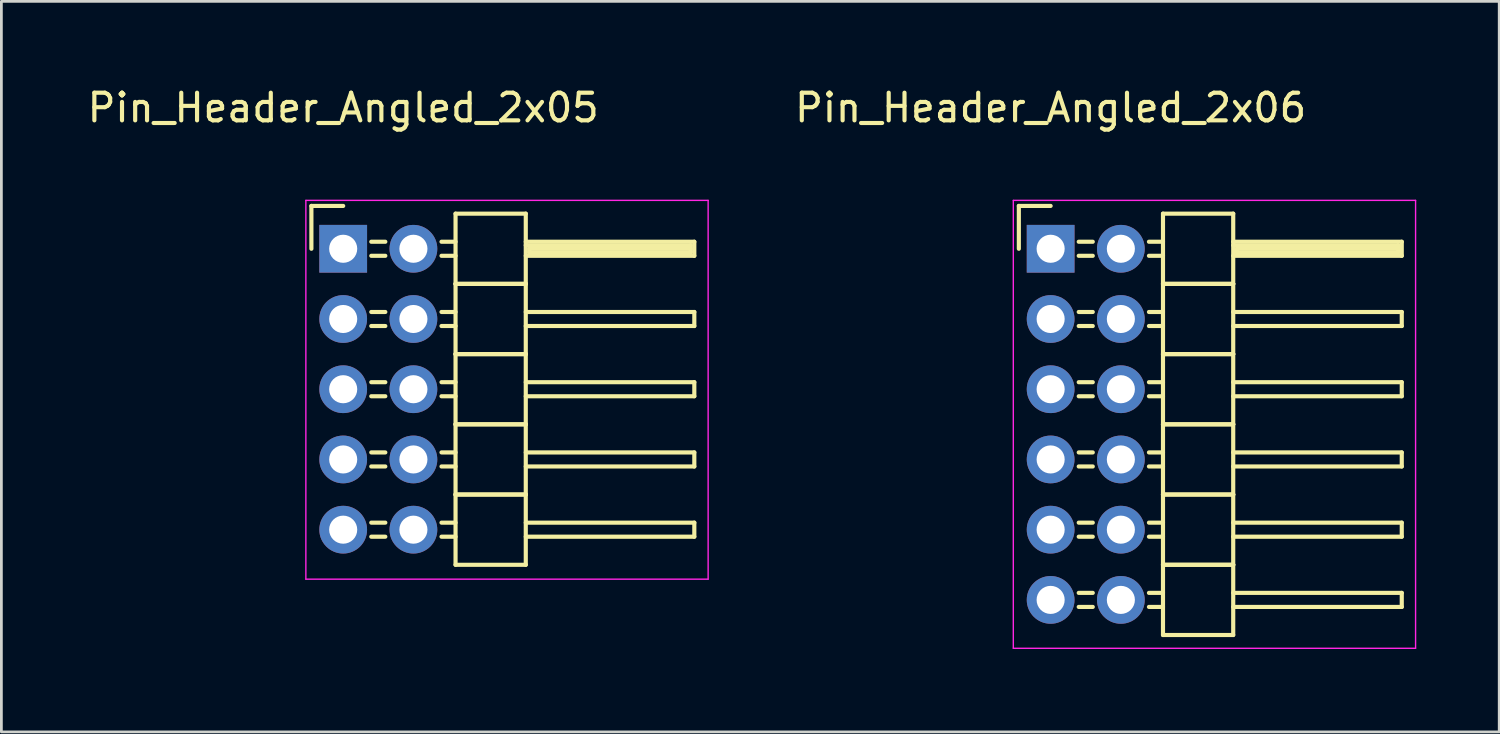
<source format=kicad_pcb>
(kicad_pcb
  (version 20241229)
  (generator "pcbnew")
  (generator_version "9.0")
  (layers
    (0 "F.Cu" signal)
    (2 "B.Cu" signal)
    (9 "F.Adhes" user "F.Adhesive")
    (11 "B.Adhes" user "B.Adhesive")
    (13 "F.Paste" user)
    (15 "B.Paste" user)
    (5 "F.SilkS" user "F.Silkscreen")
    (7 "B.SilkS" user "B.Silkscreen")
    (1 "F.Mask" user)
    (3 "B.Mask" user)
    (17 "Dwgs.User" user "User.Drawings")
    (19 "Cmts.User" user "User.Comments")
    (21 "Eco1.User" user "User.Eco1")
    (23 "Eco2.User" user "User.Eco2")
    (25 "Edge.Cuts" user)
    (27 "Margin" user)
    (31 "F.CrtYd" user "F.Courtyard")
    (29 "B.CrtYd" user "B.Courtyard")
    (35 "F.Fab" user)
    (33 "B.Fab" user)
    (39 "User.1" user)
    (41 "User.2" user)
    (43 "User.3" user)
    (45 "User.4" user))
  (footprint "Pin_Header_Angled_2x05"
    (layer "F.Cu")
    (at 9.363 5.948)
    (property "Reference" "Pin_Header_Angled_2x05" (at 0 -5.1 0) (layer "F.SilkS") (effects (font (size 1 1) (thickness 0.15))))
    (attr through_hole)
    (fp_line (start -1.15 -1.55) (end -1.15 0) (stroke (width 0.15) (type solid)) (layer "F.SilkS"))
    (fp_line (start 0 -1.55) (end -1.15 -1.55) (stroke (width 0.15) (type solid)) (layer "F.SilkS"))
    (fp_line (start 1.524 -0.254) (end 1.016 -0.254) (stroke (width 0.15) (type solid)) (layer "F.SilkS"))
    (fp_line (start 1.524 0.254) (end 1.016 0.254) (stroke (width 0.15) (type solid)) (layer "F.SilkS"))
    (fp_line (start 1.524 2.286) (end 1.016 2.286) (stroke (width 0.15) (type solid)) (layer "F.SilkS"))
    (fp_line (start 1.524 2.794) (end 1.016 2.794) (stroke (width 0.15) (type solid)) (layer "F.SilkS"))
    (fp_line (start 1.524 4.826) (end 1.016 4.826) (stroke (width 0.15) (type solid)) (layer "F.SilkS"))
    (fp_line (start 1.524 5.334) (end 1.016 5.334) (stroke (width 0.15) (type solid)) (layer "F.SilkS"))
    (fp_line (start 1.524 7.366) (end 1.016 7.366) (stroke (width 0.15) (type solid)) (layer "F.SilkS"))
    (fp_line (start 1.524 7.874) (end 1.016 7.874) (stroke (width 0.15) (type solid)) (layer "F.SilkS"))
    (fp_line (start 1.524 9.906) (end 1.016 9.906) (stroke (width 0.15) (type solid)) (layer "F.SilkS"))
    (fp_line (start 1.524 10.414) (end 1.016 10.414) (stroke (width 0.15) (type solid)) (layer "F.SilkS"))
    (fp_line (start 4.064 -1.27) (end 4.064 1.27) (stroke (width 0.15) (type solid)) (layer "F.SilkS"))
    (fp_line (start 4.064 -1.27) (end 6.604 -1.27) (stroke (width 0.15) (type solid)) (layer "F.SilkS"))
    (fp_line (start 4.064 -0.254) (end 3.556 -0.254) (stroke (width 0.15) (type solid)) (layer "F.SilkS"))
    (fp_line (start 4.064 0.254) (end 3.556 0.254) (stroke (width 0.15) (type solid)) (layer "F.SilkS"))
    (fp_line (start 4.064 1.27) (end 4.064 3.81) (stroke (width 0.15) (type solid)) (layer "F.SilkS"))
    (fp_line (start 4.064 1.27) (end 6.604 1.27) (stroke (width 0.15) (type solid)) (layer "F.SilkS"))
    (fp_line (start 4.064 1.27) (end 6.604 1.27) (stroke (width 0.15) (type solid)) (layer "F.SilkS"))
    (fp_line (start 4.064 2.286) (end 3.556 2.286) (stroke (width 0.15) (type solid)) (layer "F.SilkS"))
    (fp_line (start 4.064 2.794) (end 3.556 2.794) (stroke (width 0.15) (type solid)) (layer "F.SilkS"))
    (fp_line (start 4.064 3.81) (end 4.064 6.35) (stroke (width 0.15) (type solid)) (layer "F.SilkS"))
    (fp_line (start 4.064 3.81) (end 6.604 3.81) (stroke (width 0.15) (type solid)) (layer "F.SilkS"))
    (fp_line (start 4.064 3.81) (end 6.604 3.81) (stroke (width 0.15) (type solid)) (layer "F.SilkS"))
    (fp_line (start 4.064 4.826) (end 3.556 4.826) (stroke (width 0.15) (type solid)) (layer "F.SilkS"))
    (fp_line (start 4.064 5.334) (end 3.556 5.334) (stroke (width 0.15) (type solid)) (layer "F.SilkS"))
    (fp_line (start 4.064 6.35) (end 4.064 8.89) (stroke (width 0.15) (type solid)) (layer "F.SilkS"))
    (fp_line (start 4.064 6.35) (end 6.604 6.35) (stroke (width 0.15) (type solid)) (layer "F.SilkS"))
    (fp_line (start 4.064 6.35) (end 6.604 6.35) (stroke (width 0.15) (type solid)) (layer "F.SilkS"))
    (fp_line (start 4.064 7.366) (end 3.556 7.366) (stroke (width 0.15) (type solid)) (layer "F.SilkS"))
    (fp_line (start 4.064 7.874) (end 3.556 7.874) (stroke (width 0.15) (type solid)) (layer "F.SilkS"))
    (fp_line (start 4.064 8.89) (end 4.064 11.43) (stroke (width 0.15) (type solid)) (layer "F.SilkS"))
    (fp_line (start 4.064 8.89) (end 6.604 8.89) (stroke (width 0.15) (type solid)) (layer "F.SilkS"))
    (fp_line (start 4.064 8.89) (end 6.604 8.89) (stroke (width 0.15) (type solid)) (layer "F.SilkS"))
    (fp_line (start 4.064 9.906) (end 3.556 9.906) (stroke (width 0.15) (type solid)) (layer "F.SilkS"))
    (fp_line (start 4.064 10.414) (end 3.556 10.414) (stroke (width 0.15) (type solid)) (layer "F.SilkS"))
    (fp_line (start 4.064 11.43) (end 6.604 11.43) (stroke (width 0.15) (type solid)) (layer "F.SilkS"))
    (fp_line (start 6.604 -0.254) (end 12.7 -0.254) (stroke (width 0.15) (type solid)) (layer "F.SilkS"))
    (fp_line (start 6.604 -0.127) (end 12.573 -0.127) (stroke (width 0.15) (type solid)) (layer "F.SilkS"))
    (fp_line (start 6.604 1.27) (end 6.604 -1.27) (stroke (width 0.15) (type solid)) (layer "F.SilkS"))
    (fp_line (start 6.604 2.286) (end 12.7 2.286) (stroke (width 0.15) (type solid)) (layer "F.SilkS"))
    (fp_line (start 6.604 3.81) (end 6.604 1.27) (stroke (width 0.15) (type solid)) (layer "F.SilkS"))
    (fp_line (start 6.604 4.826) (end 12.7 4.826) (stroke (width 0.15) (type solid)) (layer "F.SilkS"))
    (fp_line (start 6.604 6.35) (end 6.604 3.81) (stroke (width 0.15) (type solid)) (layer "F.SilkS"))
    (fp_line (start 6.604 7.366) (end 12.7 7.366) (stroke (width 0.15) (type solid)) (layer "F.SilkS"))
    (fp_line (start 6.604 8.89) (end 6.604 6.35) (stroke (width 0.15) (type solid)) (layer "F.SilkS"))
    (fp_line (start 6.604 9.906) (end 12.7 9.906) (stroke (width 0.15) (type solid)) (layer "F.SilkS"))
    (fp_line (start 6.604 11.43) (end 6.604 8.89) (stroke (width 0.15) (type solid)) (layer "F.SilkS"))
    (fp_line (start 6.731 0) (end 12.573 0) (stroke (width 0.15) (type solid)) (layer "F.SilkS"))
    (fp_line (start 6.731 0.127) (end 6.731 0) (stroke (width 0.15) (type solid)) (layer "F.SilkS"))
    (fp_line (start 12.573 -0.127) (end 12.573 0.127) (stroke (width 0.15) (type solid)) (layer "F.SilkS"))
    (fp_line (start 12.573 0.127) (end 6.731 0.127) (stroke (width 0.15) (type solid)) (layer "F.SilkS"))
    (fp_line (start 12.7 -0.254) (end 12.7 0.254) (stroke (width 0.15) (type solid)) (layer "F.SilkS"))
    (fp_line (start 12.7 0.254) (end 6.604 0.254) (stroke (width 0.15) (type solid)) (layer "F.SilkS"))
    (fp_line (start 12.7 2.286) (end 12.7 2.794) (stroke (width 0.15) (type solid)) (layer "F.SilkS"))
    (fp_line (start 12.7 2.794) (end 6.604 2.794) (stroke (width 0.15) (type solid)) (layer "F.SilkS"))
    (fp_line (start 12.7 4.826) (end 12.7 5.334) (stroke (width 0.15) (type solid)) (layer "F.SilkS"))
    (fp_line (start 12.7 5.334) (end 6.604 5.334) (stroke (width 0.15) (type solid)) (layer "F.SilkS"))
    (fp_line (start 12.7 7.366) (end 12.7 7.874) (stroke (width 0.15) (type solid)) (layer "F.SilkS"))
    (fp_line (start 12.7 7.874) (end 6.604 7.874) (stroke (width 0.15) (type solid)) (layer "F.SilkS"))
    (fp_line (start 12.7 9.906) (end 12.7 10.414) (stroke (width 0.15) (type solid)) (layer "F.SilkS"))
    (fp_line (start 12.7 10.414) (end 6.604 10.414) (stroke (width 0.15) (type solid)) (layer "F.SilkS"))
    (fp_line (start -1.35 -1.75) (end -1.35 11.95) (stroke (width 0.05) (type solid)) (layer "F.CrtYd"))
    (fp_line (start -1.35 -1.75) (end 13.2 -1.75) (stroke (width 0.05) (type solid)) (layer "F.CrtYd"))
    (fp_line (start -1.35 11.95) (end 13.2 11.95) (stroke (width 0.05) (type solid)) (layer "F.CrtYd"))
    (fp_line (start 13.2 -1.75) (end 13.2 11.95) (stroke (width 0.05) (type solid)) (layer "F.CrtYd"))
    (pad "1" thru_hole rect (at 0 0) (size 1.727 1.727) (drill 1.016) (layers "*.Cu" "*.Mask"))
    (pad "2" thru_hole oval (at 2.54 0) (size 1.727 1.727) (drill 1.016) (layers "*.Cu" "*.Mask"))
    (pad "3" thru_hole oval (at 0 2.54) (size 1.727 1.727) (drill 1.016) (layers "*.Cu" "*.Mask"))
    (pad "4" thru_hole oval (at 2.54 2.54) (size 1.727 1.727) (drill 1.016) (layers "*.Cu" "*.Mask"))
    (pad "5" thru_hole oval (at 0 5.08) (size 1.727 1.727) (drill 1.016) (layers "*.Cu" "*.Mask"))
    (pad "6" thru_hole oval (at 2.54 5.08) (size 1.727 1.727) (drill 1.016) (layers "*.Cu" "*.Mask"))
    (pad "7" thru_hole oval (at 0 7.62) (size 1.727 1.727) (drill 1.016) (layers "*.Cu" "*.Mask"))
    (pad "8" thru_hole oval (at 2.54 7.62) (size 1.727 1.727) (drill 1.016) (layers "*.Cu" "*.Mask"))
    (pad "9" thru_hole oval (at 0 10.16) (size 1.727 1.727) (drill 1.016) (layers "*.Cu" "*.Mask"))
    (pad "10" thru_hole oval (at 2.54 10.16) (size 1.727 1.727) (drill 1.016) (layers "*.Cu" "*.Mask")))
  (footprint "Pin_Header_Angled_2x06"
    (layer "F.Cu")
    (at 34.951 5.948)
    (property "Reference" "Pin_Header_Angled_2x06" (at 0 -5.1 0) (layer "F.SilkS") (effects (font (size 1 1) (thickness 0.15))))
    (attr through_hole)
    (fp_line (start -1.15 -1.55) (end -1.15 0) (stroke (width 0.15) (type solid)) (layer "F.SilkS"))
    (fp_line (start 0 -1.55) (end -1.15 -1.55) (stroke (width 0.15) (type solid)) (layer "F.SilkS"))
    (fp_line (start 1.524 -0.254) (end 1.016 -0.254) (stroke (width 0.15) (type solid)) (layer "F.SilkS"))
    (fp_line (start 1.524 0.254) (end 1.016 0.254) (stroke (width 0.15) (type solid)) (layer "F.SilkS"))
    (fp_line (start 1.524 2.286) (end 1.016 2.286) (stroke (width 0.15) (type solid)) (layer "F.SilkS"))
    (fp_line (start 1.524 2.794) (end 1.016 2.794) (stroke (width 0.15) (type solid)) (layer "F.SilkS"))
    (fp_line (start 1.524 4.826) (end 1.016 4.826) (stroke (width 0.15) (type solid)) (layer "F.SilkS"))
    (fp_line (start 1.524 5.334) (end 1.016 5.334) (stroke (width 0.15) (type solid)) (layer "F.SilkS"))
    (fp_line (start 1.524 7.366) (end 1.016 7.366) (stroke (width 0.15) (type solid)) (layer "F.SilkS"))
    (fp_line (start 1.524 7.874) (end 1.016 7.874) (stroke (width 0.15) (type solid)) (layer "F.SilkS"))
    (fp_line (start 1.524 9.906) (end 1.016 9.906) (stroke (width 0.15) (type solid)) (layer "F.SilkS"))
    (fp_line (start 1.524 10.414) (end 1.016 10.414) (stroke (width 0.15) (type solid)) (layer "F.SilkS"))
    (fp_line (start 1.524 12.446) (end 1.016 12.446) (stroke (width 0.15) (type solid)) (layer "F.SilkS"))
    (fp_line (start 1.524 12.954) (end 1.016 12.954) (stroke (width 0.15) (type solid)) (layer "F.SilkS"))
    (fp_line (start 4.064 -1.27) (end 4.064 1.27) (stroke (width 0.15) (type solid)) (layer "F.SilkS"))
    (fp_line (start 4.064 -1.27) (end 6.604 -1.27) (stroke (width 0.15) (type solid)) (layer "F.SilkS"))
    (fp_line (start 4.064 -0.254) (end 3.556 -0.254) (stroke (width 0.15) (type solid)) (layer "F.SilkS"))
    (fp_line (start 4.064 0.254) (end 3.556 0.254) (stroke (width 0.15) (type solid)) (layer "F.SilkS"))
    (fp_line (start 4.064 1.27) (end 4.064 3.81) (stroke (width 0.15) (type solid)) (layer "F.SilkS"))
    (fp_line (start 4.064 1.27) (end 6.604 1.27) (stroke (width 0.15) (type solid)) (layer "F.SilkS"))
    (fp_line (start 4.064 1.27) (end 6.604 1.27) (stroke (width 0.15) (type solid)) (layer "F.SilkS"))
    (fp_line (start 4.064 2.286) (end 3.556 2.286) (stroke (width 0.15) (type solid)) (layer "F.SilkS"))
    (fp_line (start 4.064 2.794) (end 3.556 2.794) (stroke (width 0.15) (type solid)) (layer "F.SilkS"))
    (fp_line (start 4.064 3.81) (end 4.064 6.35) (stroke (width 0.15) (type solid)) (layer "F.SilkS"))
    (fp_line (start 4.064 3.81) (end 6.604 3.81) (stroke (width 0.15) (type solid)) (layer "F.SilkS"))
    (fp_line (start 4.064 3.81) (end 6.604 3.81) (stroke (width 0.15) (type solid)) (layer "F.SilkS"))
    (fp_line (start 4.064 4.826) (end 3.556 4.826) (stroke (width 0.15) (type solid)) (layer "F.SilkS"))
    (fp_line (start 4.064 5.334) (end 3.556 5.334) (stroke (width 0.15) (type solid)) (layer "F.SilkS"))
    (fp_line (start 4.064 6.35) (end 4.064 8.89) (stroke (width 0.15) (type solid)) (layer "F.SilkS"))
    (fp_line (start 4.064 6.35) (end 6.604 6.35) (stroke (width 0.15) (type solid)) (layer "F.SilkS"))
    (fp_line (start 4.064 6.35) (end 6.604 6.35) (stroke (width 0.15) (type solid)) (layer "F.SilkS"))
    (fp_line (start 4.064 7.366) (end 3.556 7.366) (stroke (width 0.15) (type solid)) (layer "F.SilkS"))
    (fp_line (start 4.064 7.874) (end 3.556 7.874) (stroke (width 0.15) (type solid)) (layer "F.SilkS"))
    (fp_line (start 4.064 8.89) (end 4.064 11.43) (stroke (width 0.15) (type solid)) (layer "F.SilkS"))
    (fp_line (start 4.064 8.89) (end 6.604 8.89) (stroke (width 0.15) (type solid)) (layer "F.SilkS"))
    (fp_line (start 4.064 8.89) (end 6.604 8.89) (stroke (width 0.15) (type solid)) (layer "F.SilkS"))
    (fp_line (start 4.064 9.906) (end 3.556 9.906) (stroke (width 0.15) (type solid)) (layer "F.SilkS"))
    (fp_line (start 4.064 10.414) (end 3.556 10.414) (stroke (width 0.15) (type solid)) (layer "F.SilkS"))
    (fp_line (start 4.064 11.43) (end 4.064 13.97) (stroke (width 0.15) (type solid)) (layer "F.SilkS"))
    (fp_line (start 4.064 11.43) (end 6.604 11.43) (stroke (width 0.15) (type solid)) (layer "F.SilkS"))
    (fp_line (start 4.064 11.43) (end 6.604 11.43) (stroke (width 0.15) (type solid)) (layer "F.SilkS"))
    (fp_line (start 4.064 12.446) (end 3.556 12.446) (stroke (width 0.15) (type solid)) (layer "F.SilkS"))
    (fp_line (start 4.064 12.954) (end 3.556 12.954) (stroke (width 0.15) (type solid)) (layer "F.SilkS"))
    (fp_line (start 4.064 13.97) (end 6.604 13.97) (stroke (width 0.15) (type solid)) (layer "F.SilkS"))
    (fp_line (start 6.604 -0.254) (end 12.7 -0.254) (stroke (width 0.15) (type solid)) (layer "F.SilkS"))
    (fp_line (start 6.604 -0.127) (end 12.573 -0.127) (stroke (width 0.15) (type solid)) (layer "F.SilkS"))
    (fp_line (start 6.604 1.27) (end 6.604 -1.27) (stroke (width 0.15) (type solid)) (layer "F.SilkS"))
    (fp_line (start 6.604 2.286) (end 12.7 2.286) (stroke (width 0.15) (type solid)) (layer "F.SilkS"))
    (fp_line (start 6.604 3.81) (end 6.604 1.27) (stroke (width 0.15) (type solid)) (layer "F.SilkS"))
    (fp_line (start 6.604 4.826) (end 12.7 4.826) (stroke (width 0.15) (type solid)) (layer "F.SilkS"))
    (fp_line (start 6.604 6.35) (end 6.604 3.81) (stroke (width 0.15) (type solid)) (layer "F.SilkS"))
    (fp_line (start 6.604 7.366) (end 12.7 7.366) (stroke (width 0.15) (type solid)) (layer "F.SilkS"))
    (fp_line (start 6.604 8.89) (end 6.604 6.35) (stroke (width 0.15) (type solid)) (layer "F.SilkS"))
    (fp_line (start 6.604 9.906) (end 12.7 9.906) (stroke (width 0.15) (type solid)) (layer "F.SilkS"))
    (fp_line (start 6.604 11.43) (end 6.604 8.89) (stroke (width 0.15) (type solid)) (layer "F.SilkS"))
    (fp_line (start 6.604 12.446) (end 12.7 12.446) (stroke (width 0.15) (type solid)) (layer "F.SilkS"))
    (fp_line (start 6.604 13.97) (end 6.604 11.43) (stroke (width 0.15) (type solid)) (layer "F.SilkS"))
    (fp_line (start 6.731 0) (end 12.573 0) (stroke (width 0.15) (type solid)) (layer "F.SilkS"))
    (fp_line (start 6.731 0.127) (end 6.731 0) (stroke (width 0.15) (type solid)) (layer "F.SilkS"))
    (fp_line (start 12.573 -0.127) (end 12.573 0.127) (stroke (width 0.15) (type solid)) (layer "F.SilkS"))
    (fp_line (start 12.573 0.127) (end 6.731 0.127) (stroke (width 0.15) (type solid)) (layer "F.SilkS"))
    (fp_line (start 12.7 -0.254) (end 12.7 0.254) (stroke (width 0.15) (type solid)) (layer "F.SilkS"))
    (fp_line (start 12.7 0.254) (end 6.604 0.254) (stroke (width 0.15) (type solid)) (layer "F.SilkS"))
    (fp_line (start 12.7 2.286) (end 12.7 2.794) (stroke (width 0.15) (type solid)) (layer "F.SilkS"))
    (fp_line (start 12.7 2.794) (end 6.604 2.794) (stroke (width 0.15) (type solid)) (layer "F.SilkS"))
    (fp_line (start 12.7 4.826) (end 12.7 5.334) (stroke (width 0.15) (type solid)) (layer "F.SilkS"))
    (fp_line (start 12.7 5.334) (end 6.604 5.334) (stroke (width 0.15) (type solid)) (layer "F.SilkS"))
    (fp_line (start 12.7 7.366) (end 12.7 7.874) (stroke (width 0.15) (type solid)) (layer "F.SilkS"))
    (fp_line (start 12.7 7.874) (end 6.604 7.874) (stroke (width 0.15) (type solid)) (layer "F.SilkS"))
    (fp_line (start 12.7 9.906) (end 12.7 10.414) (stroke (width 0.15) (type solid)) (layer "F.SilkS"))
    (fp_line (start 12.7 10.414) (end 6.604 10.414) (stroke (width 0.15) (type solid)) (layer "F.SilkS"))
    (fp_line (start 12.7 12.446) (end 12.7 12.954) (stroke (width 0.15) (type solid)) (layer "F.SilkS"))
    (fp_line (start 12.7 12.954) (end 6.604 12.954) (stroke (width 0.15) (type solid)) (layer "F.SilkS"))
    (fp_line (start -1.35 -1.75) (end -1.35 14.45) (stroke (width 0.05) (type solid)) (layer "F.CrtYd"))
    (fp_line (start -1.35 -1.75) (end 13.2 -1.75) (stroke (width 0.05) (type solid)) (layer "F.CrtYd"))
    (fp_line (start -1.35 14.45) (end 13.2 14.45) (stroke (width 0.05) (type solid)) (layer "F.CrtYd"))
    (fp_line (start 13.2 -1.75) (end 13.2 14.45) (stroke (width 0.05) (type solid)) (layer "F.CrtYd"))
    (pad "1" thru_hole rect (at 0 0) (size 1.727 1.727) (drill 1.016) (layers "*.Cu" "*.Mask"))
    (pad "2" thru_hole oval (at 2.54 0) (size 1.727 1.727) (drill 1.016) (layers "*.Cu" "*.Mask"))
    (pad "3" thru_hole oval (at 0 2.54) (size 1.727 1.727) (drill 1.016) (layers "*.Cu" "*.Mask"))
    (pad "4" thru_hole oval (at 2.54 2.54) (size 1.727 1.727) (drill 1.016) (layers "*.Cu" "*.Mask"))
    (pad "5" thru_hole oval (at 0 5.08) (size 1.727 1.727) (drill 1.016) (layers "*.Cu" "*.Mask"))
    (pad "6" thru_hole oval (at 2.54 5.08) (size 1.727 1.727) (drill 1.016) (layers "*.Cu" "*.Mask"))
    (pad "7" thru_hole oval (at 0 7.62) (size 1.727 1.727) (drill 1.016) (layers "*.Cu" "*.Mask"))
    (pad "8" thru_hole oval (at 2.54 7.62) (size 1.727 1.727) (drill 1.016) (layers "*.Cu" "*.Mask"))
    (pad "9" thru_hole oval (at 0 10.16) (size 1.727 1.727) (drill 1.016) (layers "*.Cu" "*.Mask"))
    (pad "10" thru_hole oval (at 2.54 10.16) (size 1.727 1.727) (drill 1.016) (layers "*.Cu" "*.Mask"))
    (pad "11" thru_hole oval (at 0 12.7) (size 1.727 1.727) (drill 1.016) (layers "*.Cu" "*.Mask"))
    (pad "12" thru_hole oval (at 2.54 12.7) (size 1.727 1.727) (drill 1.016) (layers "*.Cu" "*.Mask")))
  (gr_rect
    (start -3 -3)
    (end 51.176 23.423)
    (stroke (width 0.1) (type default))
    (fill no)
    (layer "Edge.Cuts")))
</source>
